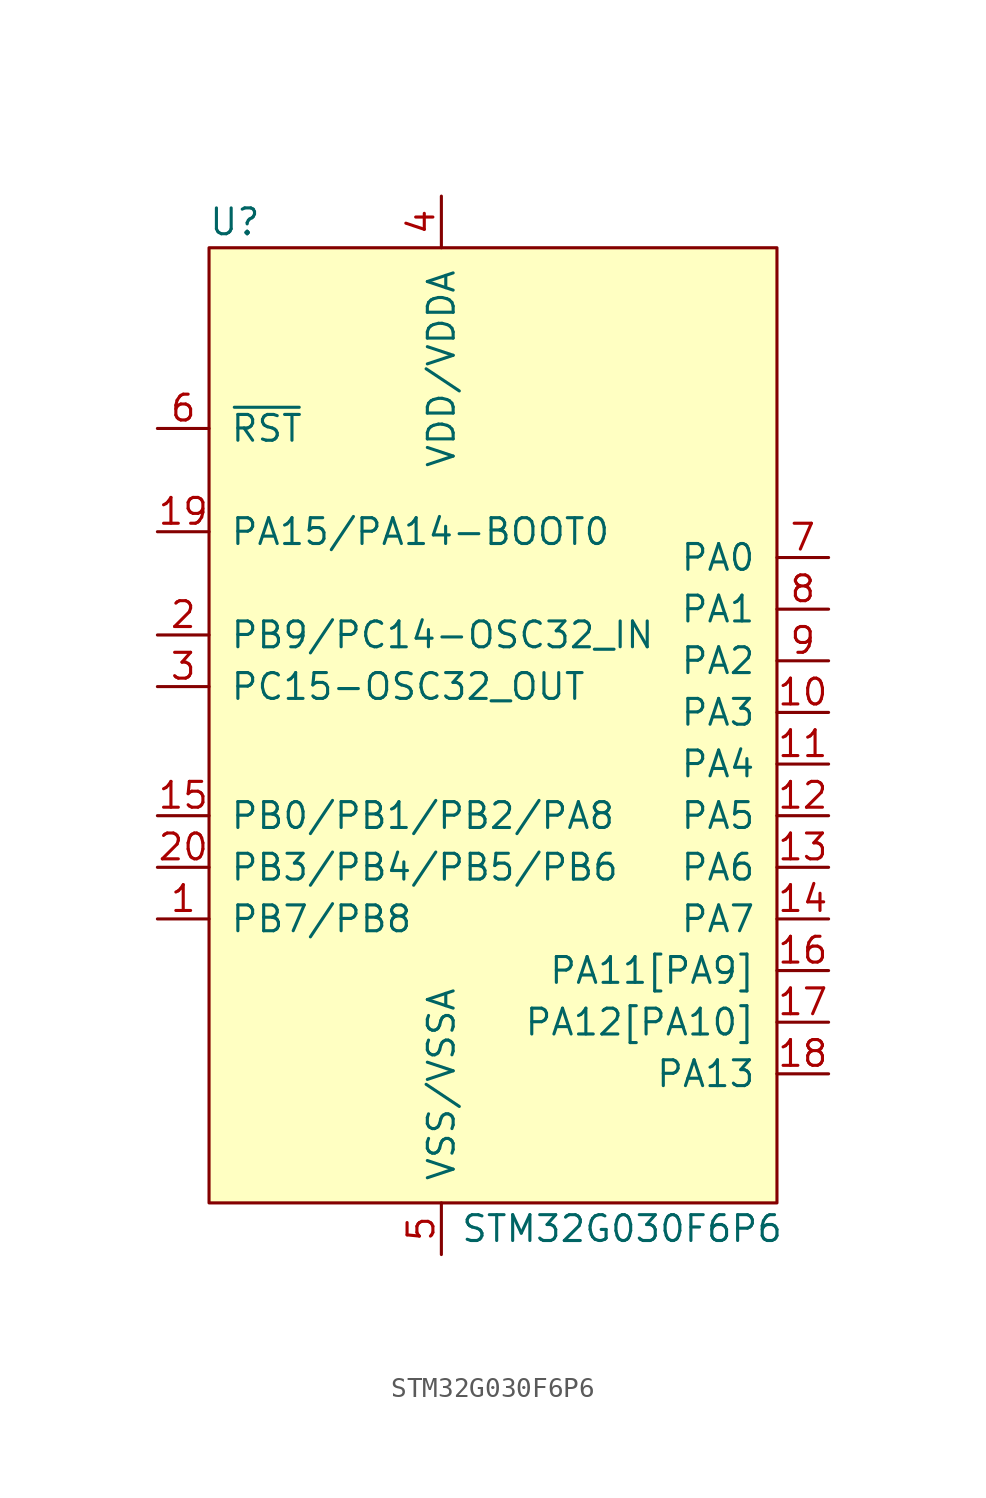
<source format=kicad_sym>
(kicad_symbol_lib
  (version 20220914)
  (generator kicad_symbol_editor)
  (symbol "STM32G030F6P6"
    (pin_names
      (offset 1.016))
    (property "Reference" "U"
      (at -12.7 25.4 0)
      (effects (font (size 1.27 1.27))))
    (property "Value" "STM32G030F6P6"
      (at 6.35 -24.13 0)
      (effects (font (size 1.27 1.27))))
    (symbol "STM32G030F6P6_1_1"
      (rectangle (start -13.97 24.13) (end 13.97 -22.86) (stroke (width 0) (type solid)) (fill (type background)))
      (pin bidirectional line (at -16.51 -8.89 0) (length 2.54) (name "PB7/PB8" (effects (font (size 1.27 1.27)))) (number "1" (effects (font (size 1.27 1.27)))))
      (pin bidirectional line (at 16.51 1.27 180) (length 2.54) (name "PA3" (effects (font (size 1.27 1.27)))) (number "10" (effects (font (size 1.27 1.27)))))
      (pin bidirectional line (at 16.51 -1.27 180) (length 2.54) (name "PA4" (effects (font (size 1.27 1.27)))) (number "11" (effects (font (size 1.27 1.27)))))
      (pin bidirectional line (at 16.51 -3.81 180) (length 2.54) (name "PA5" (effects (font (size 1.27 1.27)))) (number "12" (effects (font (size 1.27 1.27)))))
      (pin bidirectional line (at 16.51 -6.35 180) (length 2.54) (name "PA6" (effects (font (size 1.27 1.27)))) (number "13" (effects (font (size 1.27 1.27)))))
      (pin bidirectional line (at 16.51 -8.89 180) (length 2.54) (name "PA7" (effects (font (size 1.27 1.27)))) (number "14" (effects (font (size 1.27 1.27)))))
      (pin bidirectional line (at -16.51 -3.81 0) (length 2.54) (name "PB0/PB1/PB2/PA8" (effects (font (size 1.27 1.27)))) (number "15" (effects (font (size 1.27 1.27)))))
      (pin bidirectional line (at 16.51 -11.43 180) (length 2.54) (name "PA11[PA9]" (effects (font (size 1.27 1.27)))) (number "16" (effects (font (size 1.27 1.27)))))
      (pin bidirectional line (at 16.51 -13.97 180) (length 2.54) (name "PA12[PA10]" (effects (font (size 1.27 1.27)))) (number "17" (effects (font (size 1.27 1.27)))))
      (pin bidirectional line (at 16.51 -16.51 180) (length 2.54) (name "PA13" (effects (font (size 1.27 1.27)))) (number "18" (effects (font (size 1.27 1.27)))))
      (pin bidirectional line (at -16.51 10.16 0) (length 2.54) (name "PA15/PA14-BOOT0" (effects (font (size 1.27 1.27)))) (number "19" (effects (font (size 1.27 1.27)))))
      (pin bidirectional line (at -16.51 5.08 0) (length 2.54) (name "PB9/PC14-OSC32_IN" (effects (font (size 1.27 1.27)))) (number "2" (effects (font (size 1.27 1.27)))))
      (pin bidirectional line (at -16.51 -6.35 0) (length 2.54) (name "PB3/PB4/PB5/PB6" (effects (font (size 1.27 1.27)))) (number "20" (effects (font (size 1.27 1.27)))))
      (pin bidirectional line (at -16.51 2.54 0) (length 2.54) (name "PC15-OSC32_OUT" (effects (font (size 1.27 1.27)))) (number "3" (effects (font (size 1.27 1.27)))))
      (pin power_in line (at -2.54 26.67 270) (length 2.54) (name "VDD/VDDA" (effects (font (size 1.27 1.27)))) (number "4" (effects (font (size 1.27 1.27)))))
      (pin power_in line (at -2.54 -25.4 90) (length 2.54) (name "VSS/VSSA" (effects (font (size 1.27 1.27)))) (number "5" (effects (font (size 1.27 1.27)))))
      (pin input line (at -16.51 15.24 0) (length 2.54) (name "~{RST}" (effects (font (size 1.27 1.27)))) (number "6" (effects (font (size 1.27 1.27)))))
      (pin bidirectional line (at 16.51 8.89 180) (length 2.54) (name "PA0" (effects (font (size 1.27 1.27)))) (number "7" (effects (font (size 1.27 1.27)))))
      (pin bidirectional line (at 16.51 6.35 180) (length 2.54) (name "PA1" (effects (font (size 1.27 1.27)))) (number "8" (effects (font (size 1.27 1.27)))))
      (pin bidirectional line (at 16.51 3.81 180) (length 2.54) (name "PA2" (effects (font (size 1.27 1.27)))) (number "9" (effects (font (size 1.27 1.27))))))))
</source>
